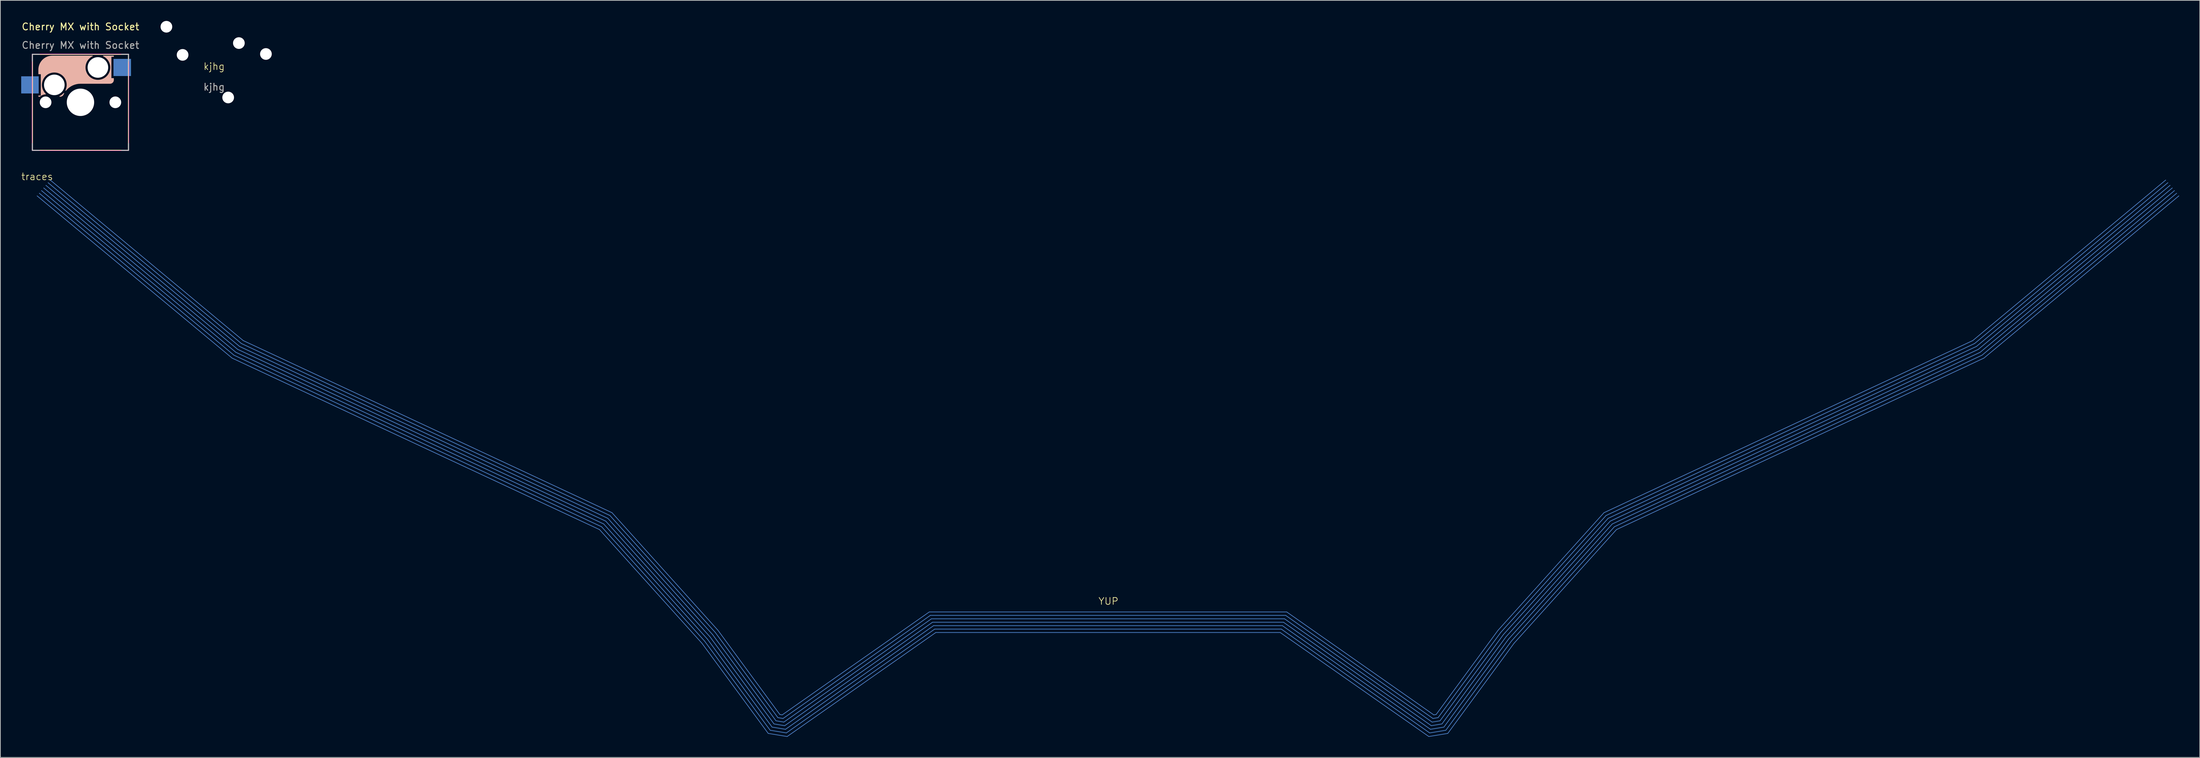
<source format=kicad_pcb>
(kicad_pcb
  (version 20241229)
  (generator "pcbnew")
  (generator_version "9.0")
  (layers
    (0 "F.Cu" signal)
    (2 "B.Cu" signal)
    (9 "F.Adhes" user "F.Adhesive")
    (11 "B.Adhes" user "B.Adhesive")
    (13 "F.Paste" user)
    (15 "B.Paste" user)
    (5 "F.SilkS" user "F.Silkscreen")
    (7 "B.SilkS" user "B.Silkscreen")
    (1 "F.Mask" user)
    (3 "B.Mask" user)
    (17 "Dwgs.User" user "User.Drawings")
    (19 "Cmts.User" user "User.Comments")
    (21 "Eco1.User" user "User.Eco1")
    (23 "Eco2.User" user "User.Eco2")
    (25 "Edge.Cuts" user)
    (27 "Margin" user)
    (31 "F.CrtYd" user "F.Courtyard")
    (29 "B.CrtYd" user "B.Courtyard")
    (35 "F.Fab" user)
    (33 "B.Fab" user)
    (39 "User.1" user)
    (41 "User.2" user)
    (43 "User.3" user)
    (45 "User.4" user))
  (footprint "Cherry MX with Socket"
    (layer "F.Cu")
    (at 8.673 11.864)
    (property "Reference" "Cherry MX with Socket" (at 0 -11.016 0) (unlocked yes) (layer "F.SilkS") (effects (font (size 1 1) (thickness 0.15))))
    (attr smd)
    (fp_rect (start -7 -7) (end 7 7) (stroke (width 0.15) (type default)) (fill no) (layer "F.SilkS"))
    (fp_poly (pts (xy -5.837 -0.936) (xy -6.085 -0.936) (xy -6.085 -0.865) (xy -5.917 -0.865) (xy -5.897 -0.884)) (stroke (width 0.1) (type solid)) (fill yes) (layer "B.SilkS"))
    (fp_poly (pts (xy -2.425 -1.308) (xy -2.499 -1.229) (xy -2.634 -1.107) (xy -2.78 -0.998) (xy -2.936 -0.905) (xy -3.015 -0.865) (xy -2.955 -0.865) (xy -2.903 -0.868) (xy -2.851 -0.876) (xy -2.8 -0.889) (xy -2.752 -0.908) (xy -2.705 -0.932) (xy -2.661 -0.96) (xy -2.62 -0.993) (xy -2.583 -1.03) (xy -2.55 -1.071) (xy -2.522 -1.115) (xy -2.501 -1.155) (xy -2.484 -1.192) (xy -2.455 -1.25)) (stroke (width 0.1) (type solid)) (fill yes) (layer "B.SilkS"))
    (fp_poly (pts (xy 4.815 -6.755) (xy 3.335 -6.755) (xy 3.414 -6.715) (xy 3.57 -6.622) (xy 3.716 -6.513) (xy 3.851 -6.391) (xy 3.973 -6.256) (xy 4.082 -6.11) (xy 4.175 -5.954) (xy 4.253 -5.789) (xy 4.314 -5.618) (xy 4.358 -5.442) (xy 4.385 -5.262) (xy 4.394 -5.08) (xy 4.385 -4.898) (xy 4.358 -4.718) (xy 4.314 -4.542) (xy 4.253 -4.371) (xy 4.175 -4.206) (xy 4.082 -4.05) (xy 3.973 -3.904) (xy 3.851 -3.769) (xy 3.716 -3.647) (xy 3.57 -3.538) (xy 3.414 -3.445) (xy 3.249 -3.367) (xy 3.078 -3.306) (xy 2.902 -3.262) (xy 2.722 -3.235) (xy 2.54 -3.226) (xy 2.358 -3.235) (xy 2.178 -3.262) (xy 2.002 -3.306) (xy 1.831 -3.367) (xy 1.666 -3.445) (xy 1.51 -3.538) (xy 1.364 -3.647) (xy 1.229 -3.769) (xy 1.107 -3.904) (xy 0.998 -4.05) (xy 0.905 -4.206) (xy 0.827 -4.371) (xy 0.766 -4.542) (xy 0.722 -4.718) (xy 0.695 -4.898) (xy 0.686 -5.08) (xy 0.695 -5.262) (xy 0.722 -5.442) (xy 0.766 -5.618) (xy 0.827 -5.789) (xy 0.905 -5.954) (xy 0.998 -6.11) (xy 1.107 -6.256) (xy 1.229 -6.391) (xy 1.364 -6.513) (xy 1.51 -6.622) (xy 1.666 -6.715) (xy 1.745 -6.755) (xy -4.085 -6.755) (xy -4.294 -6.744) (xy -4.501 -6.711) (xy -4.703 -6.657) (xy -4.898 -6.582) (xy -5.085 -6.487) (xy -5.261 -6.373) (xy -5.423 -6.241) (xy -5.571 -6.093) (xy -5.703 -5.931) (xy -5.817 -5.755) (xy -5.912 -5.568) (xy -5.987 -5.373) (xy -6.041 -5.171) (xy -6.074 -4.964) (xy -6.085 -4.755) (xy -6.085 -4.144) (xy -5.731 -4.144) (xy -5.731 -1.013) (xy -5.695 -1.035) (xy -5.584 -1.094) (xy -5.467 -1.14) (xy -5.345 -1.174) (xy -5.221 -1.196) (xy -5.095 -1.204) (xy -5.121 -1.229) (xy -5.243 -1.364) (xy -5.352 -1.51) (xy -5.445 -1.666) (xy -5.523 -1.831) (xy -5.584 -2.002) (xy -5.628 -2.178) (xy -5.655 -2.358) (xy -5.664 -2.54) (xy -5.655 -2.722) (xy -5.628 -2.902) (xy -5.584 -3.078) (xy -5.523 -3.249) (xy -5.445 -3.414) (xy -5.352 -3.57) (xy -5.243 -3.716) (xy -5.121 -3.851) (xy -4.986 -3.973) (xy -4.84 -4.082) (xy -4.684 -4.175) (xy -4.519 -4.253) (xy -4.348 -4.314) (xy -4.172 -4.358) (xy -3.992 -4.385) (xy -3.81 -4.394) (xy -3.628 -4.385) (xy -3.448 -4.358) (xy -3.272 -4.314) (xy -3.101 -4.253) (xy -2.936 -4.175) (xy -2.78 -4.082) (xy -2.634 -3.973) (xy -2.499 -3.851) (xy -2.377 -3.716) (xy -2.268 -3.57) (xy -2.175 -3.414) (xy -2.097 -3.249) (xy -2.036 -3.078) (xy -1.992 -2.902) (xy -1.965 -2.722) (xy -1.956 -2.54) (xy -1.965 -2.358) (xy -1.992 -2.178) (xy -2.036 -2.002) (xy -2.097 -1.831) (xy -2.14 -1.735) (xy -2.047 -1.843) (xy -1.843 -2.047) (xy -1.619 -2.229) (xy -1.377 -2.386) (xy -1.121 -2.517) (xy -0.851 -2.62) (xy -0.573 -2.695) (xy -0.288 -2.74) (xy 0 -2.755) (xy 4.315 -2.755) (xy 4.426 -2.768) (xy 4.532 -2.805) (xy 4.627 -2.864) (xy 4.706 -2.943) (xy 4.765 -3.038) (xy 4.802 -3.144) (xy 4.815 -3.255) (xy 4.815 -3.476) (xy 4.461 -3.476) (xy 4.461 -6.684) (xy 4.815 -6.684)) (stroke (width 0.1) (type solid)) (fill yes) (layer "B.SilkS"))
    (fp_line (start -7 -7) (end -7 -6) (stroke (width 0.15) (type default)) (layer "Dwgs.User"))
    (fp_line (start -7 -7) (end -6 -7) (stroke (width 0.15) (type default)) (layer "Dwgs.User"))
    (fp_line (start -7 6) (end -7 7) (stroke (width 0.15) (type default)) (layer "Dwgs.User"))
    (fp_line (start -7 7) (end -6 7) (stroke (width 0.15) (type default)) (layer "Dwgs.User"))
    (fp_line (start 7 -7) (end 6 -7) (stroke (width 0.15) (type default)) (layer "Dwgs.User"))
    (fp_line (start 7 -7) (end 7 -6) (stroke (width 0.15) (type default)) (layer "Dwgs.User"))
    (fp_line (start 7 7) (end 6 7) (stroke (width 0.15) (type default)) (layer "Dwgs.User"))
    (fp_line (start 7 7) (end 7 6) (stroke (width 0.15) (type default)) (layer "Dwgs.User"))
    (fp_rect (start -7.05 -7.05) (end 7.05 7.05) (stroke (width 0.05) (type default)) (fill no) (layer "F.CrtYd"))
    (fp_text user "${REFERENCE}" (at 0 -8.318 0) (unlocked yes) (layer "F.Fab") (effects (font (size 1 1) (thickness 0.15))))
    (pad "" np_thru_hole circle (at -5.08 0) (size 1.7 1.7) (drill 1.7) (layers "*.Cu" "*.Mask"))
    (pad "" np_thru_hole circle (at -3.81 -2.54) (size 3 3) (drill 3) (layers "*.Cu" "*.Mask"))
    (pad "" np_thru_hole circle (at 0 0) (size 3.99 3.99) (drill 3.99) (layers "*.Cu" "*.Mask"))
    (pad "" np_thru_hole circle (at 2.54 -5.08) (size 3 3) (drill 3) (layers "*.Cu" "*.Mask"))
    (pad "" np_thru_hole circle (at 5.08 0) (size 1.7 1.7) (drill 1.7) (layers "*.Cu" "*.Mask"))
    (pad "1" smd rect (at -7.36 -2.54) (size 2.55 2.5) (layers "B.Cu" "B.Mask" "B.Paste"))
    (pad "2" smd rect (at 6.09 -5.08) (size 2.55 2.5) (layers "B.Cu" "B.Mask" "B.Paste")))
  (footprint "kjhg"
    (layer "F.Cu")
    (at 28.145 7.14)
    (property "Reference" "kjhg" (at 0 -0.5 0) (unlocked yes) (layer "F.SilkS") (effects (font (size 1 1) (thickness 0.1))))
    (attr smd)
    (fp_text user "${REFERENCE}" (at 0 2.5 0) (unlocked yes) (layer "F.Fab") (effects (font (size 1 1) (thickness 0.15))))
    (pad "" np_thru_hole circle (at -6.95 -6.29) (size 1.7 1.7) (drill 1.7) (layers "*.Cu" "*.Mask"))
    (pad "" np_thru_hole circle (at -4.59 -2.19) (size 1.7 1.7) (drill 1.7) (layers "*.Cu" "*.Mask"))
    (pad "" np_thru_hole circle (at 2.05 4.02) (size 1.7 1.7) (drill 1.7) (layers "*.Cu" "*.Mask"))
    (pad "" np_thru_hole circle (at 3.61 -3.91) (size 1.7 1.7) (drill 1.7) (layers "*.Cu" "*.Mask"))
    (pad "" np_thru_hole circle (at 7.55 -2.32) (size 1.7 1.7) (drill 1.7) (layers "*.Cu" "*.Mask")))
  (footprint "traces"
    (layer "F.Cu")
    (at 158.389 90.161)
    (property "Reference" "traces" (at -156.029 -67.461 0) (unlocked yes) (layer "F.SilkS") (effects (font (size 1 1) (thickness 0.1))))
    (attr smd)
    (fp_line (start -156.029 -64.656) (end -127.622 -41.007) (stroke (width 0.1) (type default)) (layer "B.Cu"))
    (fp_line (start -155.709 -65.04) (end -127.352 -41.433) (stroke (width 0.1) (type default)) (layer "B.Cu"))
    (fp_line (start -155.389 -65.424) (end -127.082 -41.858) (stroke (width 0.1) (type default)) (layer "B.Cu"))
    (fp_line (start -155.069 -65.809) (end -126.811 -42.284) (stroke (width 0.1) (type default)) (layer "B.Cu"))
    (fp_line (start -154.75 -66.193) (end -126.541 -42.71) (stroke (width 0.1) (type default)) (layer "B.Cu"))
    (fp_line (start -154.43 -66.577) (end -126.271 -43.135) (stroke (width 0.1) (type default)) (layer "B.Cu"))
    (fp_line (start -154.11 -66.961) (end -126.001 -43.561) (stroke (width 0.1) (type default)) (layer "B.Cu"))
    (fp_line (start -127.622 -41.007) (end -74.085 -16.006) (stroke (width 0.1) (type default)) (layer "B.Cu"))
    (fp_line (start -127.352 -41.433) (end -73.781 -16.416) (stroke (width 0.1) (type default)) (layer "B.Cu"))
    (fp_line (start -127.082 -41.858) (end -73.477 -16.826) (stroke (width 0.1) (type default)) (layer "B.Cu"))
    (fp_line (start -126.811 -42.284) (end -73.174 -17.236) (stroke (width 0.1) (type default)) (layer "B.Cu"))
    (fp_line (start -126.541 -42.71) (end -72.87 -17.646) (stroke (width 0.1) (type default)) (layer "B.Cu"))
    (fp_line (start -126.271 -43.135) (end -72.567 -18.057) (stroke (width 0.1) (type default)) (layer "B.Cu"))
    (fp_line (start -126.001 -43.561) (end -72.263 -18.467) (stroke (width 0.1) (type default)) (layer "B.Cu"))
    (fp_line (start -74.085 -16.006) (end -59.161 0.568) (stroke (width 0.1) (type default)) (layer "B.Cu"))
    (fp_line (start -73.781 -16.416) (end -58.773 0.252) (stroke (width 0.1) (type default)) (layer "B.Cu"))
    (fp_line (start -73.477 -16.826) (end -58.385 -0.064) (stroke (width 0.1) (type default)) (layer "B.Cu"))
    (fp_line (start -73.174 -17.236) (end -57.996 -0.38) (stroke (width 0.1) (type default)) (layer "B.Cu"))
    (fp_line (start -72.87 -17.646) (end -57.608 -0.696) (stroke (width 0.1) (type default)) (layer "B.Cu"))
    (fp_line (start -72.567 -18.057) (end -57.22 -1.012) (stroke (width 0.1) (type default)) (layer "B.Cu"))
    (fp_line (start -72.263 -18.467) (end -56.832 -1.329) (stroke (width 0.1) (type default)) (layer "B.Cu"))
    (fp_line (start -59.161 0.568) (end -49.507 13.707) (stroke (width 0.1) (type default)) (layer "B.Cu"))
    (fp_line (start -58.773 0.252) (end -49.224 13.247) (stroke (width 0.1) (type default)) (layer "B.Cu"))
    (fp_line (start -58.385 -0.064) (end -48.942 12.787) (stroke (width 0.1) (type default)) (layer "B.Cu"))
    (fp_line (start -57.996 -0.38) (end -48.66 12.326) (stroke (width 0.1) (type default)) (layer "B.Cu"))
    (fp_line (start -57.608 -0.696) (end -48.378 11.866) (stroke (width 0.1) (type default)) (layer "B.Cu"))
    (fp_line (start -57.22 -1.012) (end -48.095 11.406) (stroke (width 0.1) (type default)) (layer "B.Cu"))
    (fp_line (start -56.832 -1.329) (end -47.813 10.946) (stroke (width 0.1) (type default)) (layer "B.Cu"))
    (fp_line (start -49.507 13.707) (end -46.748 14.161) (stroke (width 0.1) (type default)) (layer "B.Cu"))
    (fp_line (start -49.224 13.247) (end -46.868 13.635) (stroke (width 0.1) (type default)) (layer "B.Cu"))
    (fp_line (start -48.942 12.787) (end -46.988 13.108) (stroke (width 0.1) (type default)) (layer "B.Cu"))
    (fp_line (start -48.66 12.326) (end -47.108 12.582) (stroke (width 0.1) (type default)) (layer "B.Cu"))
    (fp_line (start -48.378 11.866) (end -47.227 12.056) (stroke (width 0.1) (type default)) (layer "B.Cu"))
    (fp_line (start -48.095 11.406) (end -47.347 11.529) (stroke (width 0.1) (type default)) (layer "B.Cu"))
    (fp_line (start -47.813 10.946) (end -47.467 11.003) (stroke (width 0.1) (type default)) (layer "B.Cu"))
    (fp_line (start -47.467 11.003) (end -26.041 -4) (stroke (width 0.1) (type default)) (layer "B.Cu"))
    (fp_line (start -47.347 11.529) (end -25.884 -3.5) (stroke (width 0.1) (type default)) (layer "B.Cu"))
    (fp_line (start -47.227 12.056) (end -25.726 -3) (stroke (width 0.1) (type default)) (layer "B.Cu"))
    (fp_line (start -47.108 12.582) (end -25.568 -2.5) (stroke (width 0.1) (type default)) (layer "B.Cu"))
    (fp_line (start -46.988 13.108) (end -25.411 -2) (stroke (width 0.1) (type default)) (layer "B.Cu"))
    (fp_line (start -46.868 13.635) (end -25.253 -1.5) (stroke (width 0.1) (type default)) (layer "B.Cu"))
    (fp_line (start -46.748 14.161) (end -25.095 -1) (stroke (width 0.1) (type default)) (layer "B.Cu"))
    (fp_line (start -26.041 -4) (end 26.041 -4) (stroke (width 0.1) (type default)) (layer "B.Cu"))
    (fp_line (start -25.884 -3.5) (end 25.884 -3.5) (stroke (width 0.1) (type default)) (layer "B.Cu"))
    (fp_line (start -25.726 -3) (end 25.726 -3) (stroke (width 0.1) (type default)) (layer "B.Cu"))
    (fp_line (start -25.568 -2.5) (end 25.568 -2.5) (stroke (width 0.1) (type default)) (layer "B.Cu"))
    (fp_line (start -25.411 -2) (end 25.411 -2) (stroke (width 0.1) (type default)) (layer "B.Cu"))
    (fp_line (start -25.253 -1.5) (end 25.253 -1.5) (stroke (width 0.1) (type default)) (layer "B.Cu"))
    (fp_line (start -25.095 -1) (end 25.095 -1) (stroke (width 0.1) (type default)) (layer "B.Cu"))
    (fp_line (start 25.095 -1) (end 46.748 14.161) (stroke (width 0.1) (type default)) (layer "B.Cu"))
    (fp_line (start 25.253 -1.5) (end 46.868 13.635) (stroke (width 0.1) (type default)) (layer "B.Cu"))
    (fp_line (start 25.411 -2) (end 46.988 13.108) (stroke (width 0.1) (type default)) (layer "B.Cu"))
    (fp_line (start 25.568 -2.5) (end 47.108 12.582) (stroke (width 0.1) (type default)) (layer "B.Cu"))
    (fp_line (start 25.726 -3) (end 47.227 12.056) (stroke (width 0.1) (type default)) (layer "B.Cu"))
    (fp_line (start 25.884 -3.5) (end 47.347 11.529) (stroke (width 0.1) (type default)) (layer "B.Cu"))
    (fp_line (start 26.041 -4) (end 47.467 11.003) (stroke (width 0.1) (type default)) (layer "B.Cu"))
    (fp_line (start 46.748 14.161) (end 49.507 13.707) (stroke (width 0.1) (type default)) (layer "B.Cu"))
    (fp_line (start 46.868 13.635) (end 49.224 13.247) (stroke (width 0.1) (type default)) (layer "B.Cu"))
    (fp_line (start 46.988 13.108) (end 48.942 12.787) (stroke (width 0.1) (type default)) (layer "B.Cu"))
    (fp_line (start 47.108 12.582) (end 48.66 12.326) (stroke (width 0.1) (type default)) (layer "B.Cu"))
    (fp_line (start 47.227 12.056) (end 48.378 11.866) (stroke (width 0.1) (type default)) (layer "B.Cu"))
    (fp_line (start 47.347 11.529) (end 48.095 11.406) (stroke (width 0.1) (type default)) (layer "B.Cu"))
    (fp_line (start 47.467 11.003) (end 47.813 10.946) (stroke (width 0.1) (type default)) (layer "B.Cu"))
    (fp_line (start 47.813 10.946) (end 56.832 -1.329) (stroke (width 0.1) (type default)) (layer "B.Cu"))
    (fp_line (start 48.095 11.406) (end 57.22 -1.012) (stroke (width 0.1) (type default)) (layer "B.Cu"))
    (fp_line (start 48.378 11.866) (end 57.608 -0.696) (stroke (width 0.1) (type default)) (layer "B.Cu"))
    (fp_line (start 48.66 12.326) (end 57.996 -0.38) (stroke (width 0.1) (type default)) (layer "B.Cu"))
    (fp_line (start 48.942 12.787) (end 58.385 -0.064) (stroke (width 0.1) (type default)) (layer "B.Cu"))
    (fp_line (start 49.224 13.247) (end 58.773 0.252) (stroke (width 0.1) (type default)) (layer "B.Cu"))
    (fp_line (start 49.507 13.707) (end 59.161 0.568) (stroke (width 0.1) (type default)) (layer "B.Cu"))
    (fp_line (start 56.832 -1.329) (end 72.263 -18.467) (stroke (width 0.1) (type default)) (layer "B.Cu"))
    (fp_line (start 57.22 -1.012) (end 72.567 -18.057) (stroke (width 0.1) (type default)) (layer "B.Cu"))
    (fp_line (start 57.608 -0.696) (end 72.87 -17.646) (stroke (width 0.1) (type default)) (layer "B.Cu"))
    (fp_line (start 57.996 -0.38) (end 73.174 -17.236) (stroke (width 0.1) (type default)) (layer "B.Cu"))
    (fp_line (start 58.385 -0.064) (end 73.477 -16.826) (stroke (width 0.1) (type default)) (layer "B.Cu"))
    (fp_line (start 58.773 0.252) (end 73.781 -16.416) (stroke (width 0.1) (type default)) (layer "B.Cu"))
    (fp_line (start 59.161 0.568) (end 74.085 -16.006) (stroke (width 0.1) (type default)) (layer "B.Cu"))
    (fp_line (start 72.263 -18.467) (end 126.001 -43.561) (stroke (width 0.1) (type default)) (layer "B.Cu"))
    (fp_line (start 72.567 -18.057) (end 126.271 -43.135) (stroke (width 0.1) (type default)) (layer "B.Cu"))
    (fp_line (start 72.87 -17.646) (end 126.541 -42.71) (stroke (width 0.1) (type default)) (layer "B.Cu"))
    (fp_line (start 73.174 -17.236) (end 126.811 -42.284) (stroke (width 0.1) (type default)) (layer "B.Cu"))
    (fp_line (start 73.477 -16.826) (end 127.082 -41.858) (stroke (width 0.1) (type default)) (layer "B.Cu"))
    (fp_line (start 73.781 -16.416) (end 127.352 -41.433) (stroke (width 0.1) (type default)) (layer "B.Cu"))
    (fp_line (start 74.085 -16.006) (end 127.622 -41.007) (stroke (width 0.1) (type default)) (layer "B.Cu"))
    (fp_line (start 126.001 -43.561) (end 154.11 -66.961) (stroke (width 0.1) (type default)) (layer "B.Cu"))
    (fp_line (start 126.271 -43.135) (end 154.43 -66.577) (stroke (width 0.1) (type default)) (layer "B.Cu"))
    (fp_line (start 126.541 -42.71) (end 154.75 -66.193) (stroke (width 0.1) (type default)) (layer "B.Cu"))
    (fp_line (start 126.811 -42.284) (end 155.069 -65.809) (stroke (width 0.1) (type default)) (layer "B.Cu"))
    (fp_line (start 127.082 -41.858) (end 155.389 -65.424) (stroke (width 0.1) (type default)) (layer "B.Cu"))
    (fp_line (start 127.352 -41.433) (end 155.709 -65.04) (stroke (width 0.1) (type default)) (layer "B.Cu"))
    (fp_line (start 127.622 -41.007) (end 156.029 -64.656) (stroke (width 0.1) (type default)) (layer "B.Cu"))
    (fp_text user "YUP" (at -1.45 -4.98 0) (unlocked yes) (layer "F.SilkS") (effects (font (size 1 1) (thickness 0.1)) (justify left bottom))))
  (gr_rect
    (start -3 -3)
    (end 317.468 107.373)
    (stroke (width 0.1) (type default))
    (fill no)
    (layer "Edge.Cuts")))
</source>
